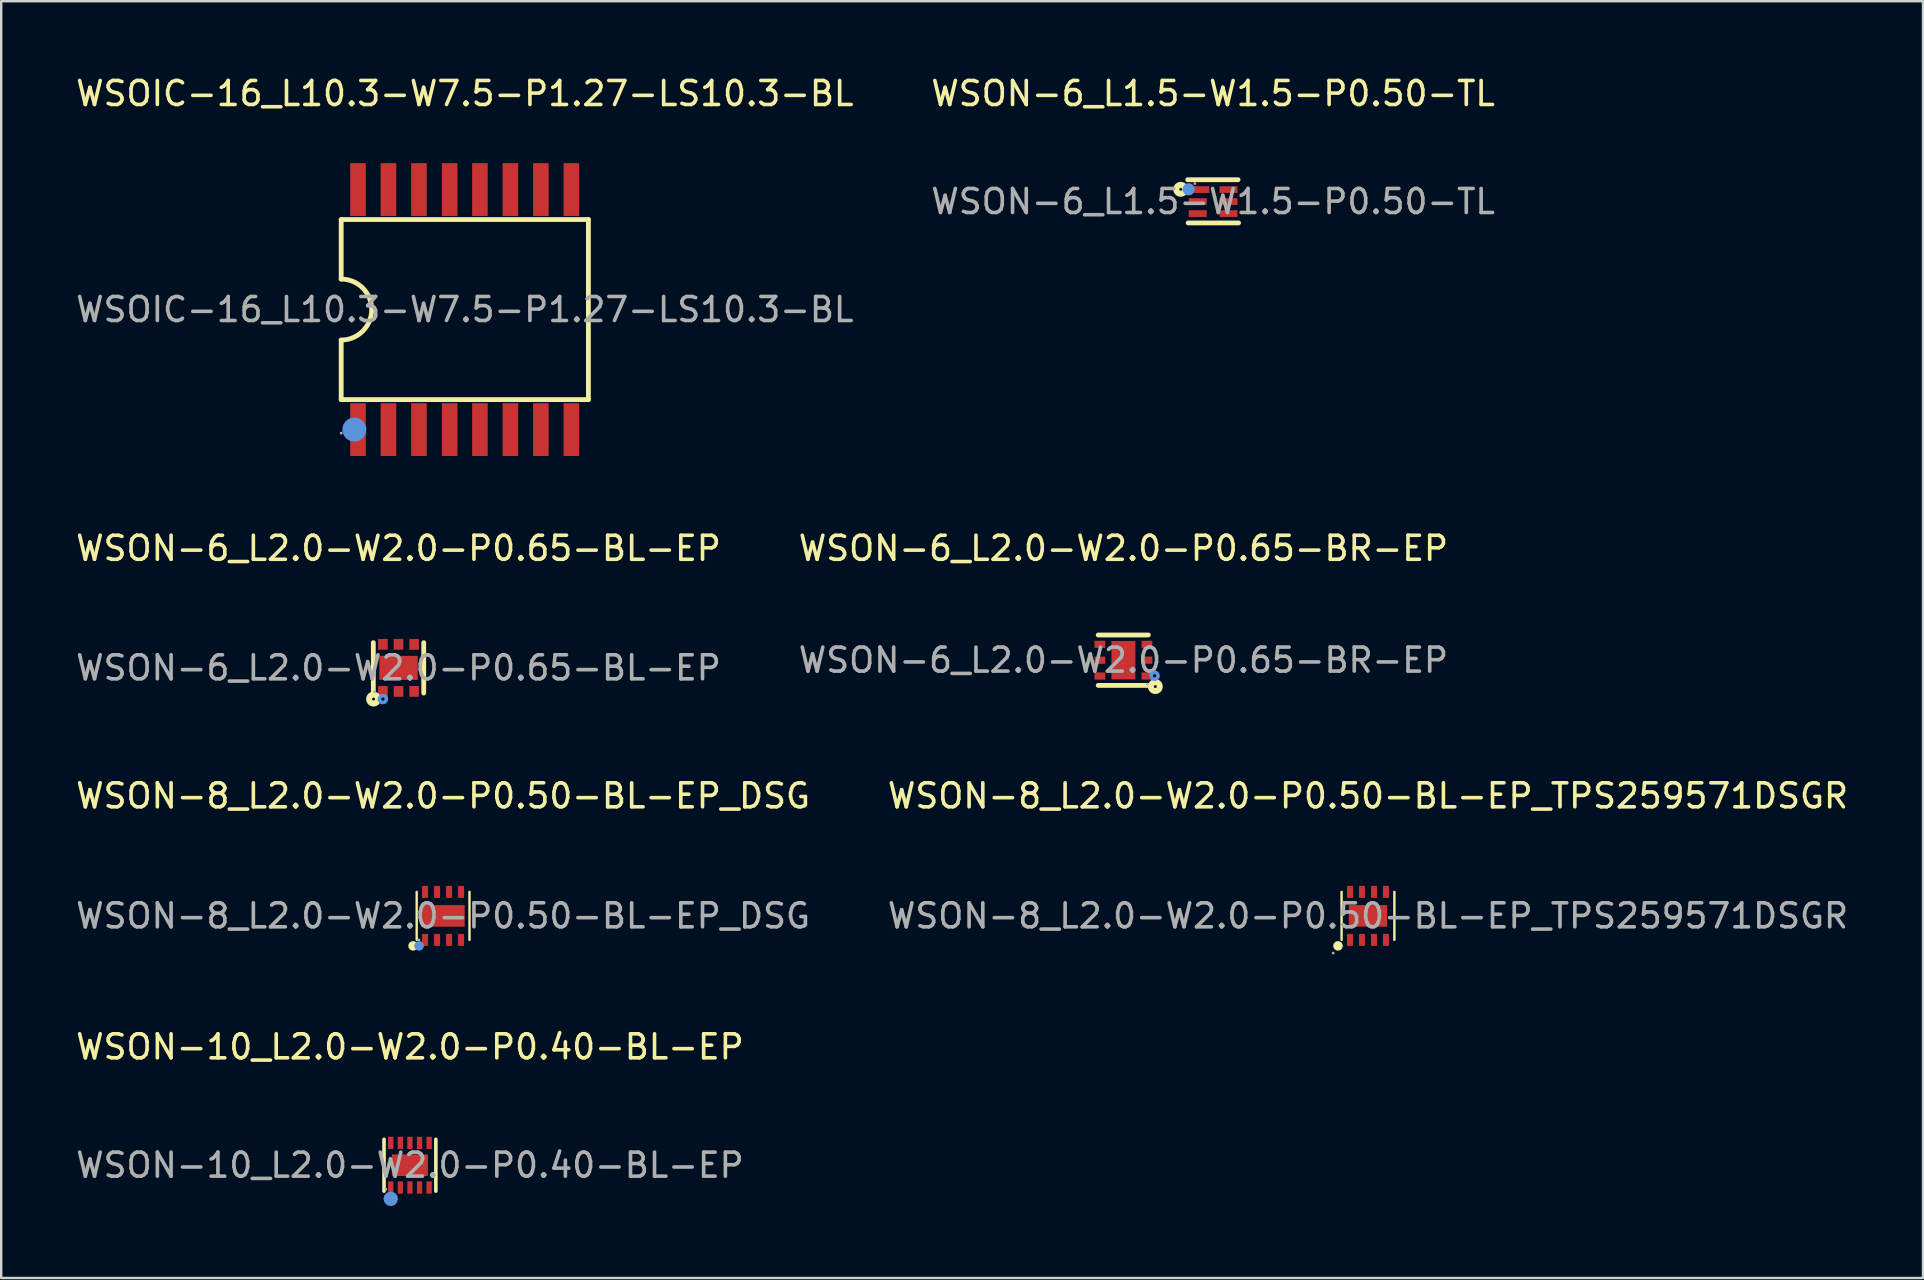
<source format=kicad_pcb>
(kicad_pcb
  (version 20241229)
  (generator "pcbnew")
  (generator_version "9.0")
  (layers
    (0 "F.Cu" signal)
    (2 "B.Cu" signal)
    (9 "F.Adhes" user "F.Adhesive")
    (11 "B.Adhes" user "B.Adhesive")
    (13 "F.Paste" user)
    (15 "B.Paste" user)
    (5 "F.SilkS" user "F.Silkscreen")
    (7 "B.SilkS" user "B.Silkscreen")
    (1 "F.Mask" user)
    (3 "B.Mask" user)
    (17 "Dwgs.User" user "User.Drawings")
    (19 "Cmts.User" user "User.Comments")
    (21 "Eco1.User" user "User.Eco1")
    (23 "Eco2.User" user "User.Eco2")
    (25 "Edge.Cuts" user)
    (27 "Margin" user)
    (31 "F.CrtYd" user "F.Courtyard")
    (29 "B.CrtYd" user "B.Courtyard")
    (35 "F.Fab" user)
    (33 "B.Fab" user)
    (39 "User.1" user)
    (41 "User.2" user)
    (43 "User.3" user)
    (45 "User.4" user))
  (footprint "WSON-6_L2.0-W2.0-P0.65-BR-EP"
    (layer "F.Cu")
    (at 43.756 24.456)
    (property "Reference" "WSON-6_L2.0-W2.0-P0.65-BR-EP" (at 0 -4.66 0) (layer "F.SilkS") (effects (font (size 1 1) (thickness 0.15))))
    (attr through_hole)
    (fp_line (start 1.04 -1.05) (end -1.05 -1.05) (stroke (width 0.2) (type solid)) (layer "F.SilkS"))
    (fp_line (start 1.04 1.05) (end -1.05 1.05) (stroke (width 0.2) (type solid)) (layer "F.SilkS"))
    (fp_circle (center 1.33 1.1) (end 1.39 1.1) (stroke (width 0.25) (type solid)) (fill no) (layer "F.SilkS"))
    (fp_circle (center 1.3 0.65) (end 1.37 0.65) (stroke (width 0.15) (type solid)) (fill no) (layer "Cmts.User"))
    (fp_circle (center 1 1) (end 1.03 1) (stroke (width 0.06) (type solid)) (fill no) (layer "F.Fab"))
    (fp_text user "${REFERENCE}" (at 0 0 0) (layer "F.Fab") (effects (font (size 1 1) (thickness 0.15))))
    (pad "1" smd rect (at 0.98 0.66) (size 0.45 0.3) (layers "F.Cu" "F.Mask" "F.Paste"))
    (pad "2" smd rect (at 0.98 0) (size 0.45 0.3) (layers "F.Cu" "F.Mask" "F.Paste"))
    (pad "3" smd rect (at 0.98 -0.66) (size 0.45 0.3) (layers "F.Cu" "F.Mask" "F.Paste"))
    (pad "4" smd rect (at -0.98 -0.66) (size 0.45 0.3) (layers "F.Cu" "F.Mask" "F.Paste"))
    (pad "5" smd rect (at -0.98 0) (size 0.45 0.3) (layers "F.Cu" "F.Mask" "F.Paste"))
    (pad "6" smd rect (at -0.98 0.66) (size 0.45 0.3) (layers "F.Cu" "F.Mask" "F.Paste"))
    (pad "7" smd rect (at 0 0) (size 1 1.6) (layers "F.Cu" "F.Mask" "F.Paste")))
  (footprint "WSON-6_L2.0-W2.0-P0.65-BL-EP"
    (layer "F.Cu")
    (at 13.554 24.776)
    (property "Reference" "WSON-6_L2.0-W2.0-P0.65-BL-EP" (at 0 -4.98 0) (layer "F.SilkS") (effects (font (size 1 1) (thickness 0.15))))
    (attr through_hole)
    (fp_line (start -1.05 1.05) (end -1.05 -1.05) (stroke (width 0.2) (type solid)) (layer "F.SilkS"))
    (fp_line (start 1.05 1.05) (end 1.05 -1.05) (stroke (width 0.2) (type solid)) (layer "F.SilkS"))
    (fp_circle (center -1.04 1.3) (end -0.98 1.3) (stroke (width 0.25) (type solid)) (fill no) (layer "F.SilkS"))
    (fp_circle (center -0.65 1.3) (end -0.58 1.3) (stroke (width 0.15) (type solid)) (fill no) (layer "Cmts.User"))
    (fp_circle (center -1 1) (end -0.97 1) (stroke (width 0.06) (type solid)) (fill no) (layer "F.Fab"))
    (fp_text user "${REFERENCE}" (at 0 0 0) (layer "F.Fab") (effects (font (size 1 1) (thickness 0.15))))
    (pad "1" smd rect (at -0.65 0.98) (size 0.4 0.45) (layers "F.Cu" "F.Mask" "F.Paste"))
    (pad "2" smd rect (at 0 0.98) (size 0.4 0.45) (layers "F.Cu" "F.Mask" "F.Paste"))
    (pad "3" smd rect (at 0.65 0.98) (size 0.4 0.45) (layers "F.Cu" "F.Mask" "F.Paste"))
    (pad "4" smd rect (at 0.65 -0.98) (size 0.4 0.45) (layers "F.Cu" "F.Mask" "F.Paste"))
    (pad "5" smd rect (at 0 -0.98) (size 0.4 0.45) (layers "F.Cu" "F.Mask" "F.Paste"))
    (pad "6" smd rect (at -0.65 -0.98) (size 0.4 0.45) (layers "F.Cu" "F.Mask" "F.Paste"))
    (pad "7" smd rect (at 0 0 90) (size 1 1.6) (layers "F.Cu" "F.Mask" "F.Paste")))
  (footprint "WSON-8_L2.0-W2.0-P0.50-BL-EP_DSG"
    (layer "F.Cu")
    (at 15.411 35.11)
    (property "Reference" "WSON-8_L2.0-W2.0-P0.50-BL-EP_DSG" (at 0 -5 0) (layer "F.SilkS") (effects (font (size 1 1) (thickness 0.15))))
    (attr through_hole)
    (fp_line (start -1.1 1) (end -1.1 -1) (stroke (width 0.1) (type solid)) (layer "F.SilkS"))
    (fp_line (start 1.1 -1) (end 1.1 1) (stroke (width 0.1) (type solid)) (layer "F.SilkS"))
    (fp_arc (start -1.25 1.25) (mid -1.25 1.25) (end -1.25 1.25) (stroke (width 0.2) (type solid)) (layer "F.SilkS"))
    (fp_circle (center -1 1.25) (end -0.9 1.25) (stroke (width 0.2) (type solid)) (fill no) (layer "Cmts.User"))
    (fp_circle (center -1 1) (end -0.97 1) (stroke (width 0.06) (type solid)) (fill no) (layer "F.Fab"))
    (fp_text user "${REFERENCE}" (at 0 0 0) (layer "F.Fab") (effects (font (size 1 1) (thickness 0.15))))
    (pad "1" smd rect (at -0.75 1) (size 0.25 0.5) (layers "F.Cu" "F.Mask" "F.Paste"))
    (pad "2" smd rect (at -0.25 1) (size 0.25 0.5) (layers "F.Cu" "F.Mask" "F.Paste"))
    (pad "3" smd rect (at 0.25 1) (size 0.25 0.5) (layers "F.Cu" "F.Mask" "F.Paste"))
    (pad "4" smd rect (at 0.75 1) (size 0.25 0.5) (layers "F.Cu" "F.Mask" "F.Paste"))
    (pad "5" smd rect (at 0.75 -1 180) (size 0.25 0.5) (layers "F.Cu" "F.Mask" "F.Paste"))
    (pad "6" smd rect (at 0.25 -1 180) (size 0.25 0.5) (layers "F.Cu" "F.Mask" "F.Paste"))
    (pad "7" smd rect (at -0.25 -1 180) (size 0.25 0.5) (layers "F.Cu" "F.Mask" "F.Paste"))
    (pad "8" smd rect (at -0.75 -1 180) (size 0.25 0.5) (layers "F.Cu" "F.Mask" "F.Paste"))
    (pad "9" smd rect (at 0 0 270) (size 0.9 1.8) (layers "F.Cu" "F.Mask" "F.Paste")))
  (footprint "WSOIC-16_L10.3-W7.5-P1.27-LS10.3-BL"
    (layer "F.Cu")
    (at 16.315 9.848)
    (property "Reference" "WSOIC-16_L10.3-W7.5-P1.27-LS10.3-BL" (at 0 -9 0) (layer "F.SilkS") (effects (font (size 1 1) (thickness 0.15))))
    (attr through_hole)
    (fp_line (start -5.15 -3.75) (end -5.15 -1.27) (stroke (width 0.2) (type solid)) (layer "F.SilkS"))
    (fp_line (start -5.15 -3.75) (end 5.15 -3.75) (stroke (width 0.2) (type solid)) (layer "F.SilkS"))
    (fp_line (start -5.15 3.75) (end -5.15 1.27) (stroke (width 0.2) (type solid)) (layer "F.SilkS"))
    (fp_line (start 5.15 -3.75) (end 5.15 3.75) (stroke (width 0.2) (type solid)) (layer "F.SilkS"))
    (fp_line (start 5.15 3.75) (end -5.15 3.75) (stroke (width 0.2) (type solid)) (layer "F.SilkS"))
    (fp_arc (start -5.15 -1.27) (mid -3.88 0) (end -5.15 1.27) (stroke (width 0.2) (type solid)) (layer "F.SilkS"))
    (fp_circle (center -4.6 5) (end -4.35 5) (stroke (width 0.5) (type solid)) (fill no) (layer "Cmts.User"))
    (fp_circle (center -5.15 5.15) (end -5.12 5.15) (stroke (width 0.06) (type solid)) (fill no) (layer "F.Fab"))
    (fp_text user "${REFERENCE}" (at 0 0 0) (layer "F.Fab") (effects (font (size 1 1) (thickness 0.15))))
    (pad "1" smd rect (at -4.45 5) (size 0.65 2.2) (layers "F.Cu" "F.Mask" "F.Paste"))
    (pad "2" smd rect (at -3.18 5) (size 0.65 2.2) (layers "F.Cu" "F.Mask" "F.Paste"))
    (pad "3" smd rect (at -1.91 5) (size 0.65 2.2) (layers "F.Cu" "F.Mask" "F.Paste"))
    (pad "4" smd rect (at -0.63 5) (size 0.65 2.2) (layers "F.Cu" "F.Mask" "F.Paste"))
    (pad "5" smd rect (at 0.63 5) (size 0.65 2.2) (layers "F.Cu" "F.Mask" "F.Paste"))
    (pad "6" smd rect (at 1.9 5) (size 0.65 2.2) (layers "F.Cu" "F.Mask" "F.Paste"))
    (pad "7" smd rect (at 3.17 5) (size 0.65 2.2) (layers "F.Cu" "F.Mask" "F.Paste"))
    (pad "8" smd rect (at 4.44 5) (size 0.65 2.2) (layers "F.Cu" "F.Mask" "F.Paste"))
    (pad "9" smd rect (at 4.44 -5) (size 0.65 2.2) (layers "F.Cu" "F.Mask" "F.Paste"))
    (pad "10" smd rect (at 3.17 -5) (size 0.65 2.2) (layers "F.Cu" "F.Mask" "F.Paste"))
    (pad "11" smd rect (at 1.9 -5) (size 0.65 2.2) (layers "F.Cu" "F.Mask" "F.Paste"))
    (pad "12" smd rect (at 0.63 -5) (size 0.65 2.2) (layers "F.Cu" "F.Mask" "F.Paste"))
    (pad "13" smd rect (at -0.63 -5) (size 0.65 2.2) (layers "F.Cu" "F.Mask" "F.Paste"))
    (pad "14" smd rect (at -1.91 -5) (size 0.65 2.2) (layers "F.Cu" "F.Mask" "F.Paste"))
    (pad "15" smd rect (at -3.18 -5) (size 0.65 2.2) (layers "F.Cu" "F.Mask" "F.Paste"))
    (pad "16" smd rect (at -4.45 -5) (size 0.65 2.2) (layers "F.Cu" "F.Mask" "F.Paste")))
  (footprint "WSON-8_L2.0-W2.0-P0.50-BL-EP_TPS259571DSGR"
    (layer "F.Cu")
    (at 53.946 35.11)
    (property "Reference" "WSON-8_L2.0-W2.0-P0.50-BL-EP_TPS259571DSGR" (at 0 -5 0) (layer "F.SilkS") (effects (font (size 1 1) (thickness 0.15))))
    (attr through_hole)
    (fp_line (start -1.1 1) (end -1.1 -1) (stroke (width 0.1) (type solid)) (layer "F.SilkS"))
    (fp_line (start 1.1 -1) (end 1.1 1) (stroke (width 0.1) (type solid)) (layer "F.SilkS"))
    (fp_arc (start -1.25 1.25) (mid -1.25 1.25) (end -1.25 1.25) (stroke (width 0.2) (type solid)) (layer "F.SilkS"))
    (fp_circle (center -1.45 1.55) (end -1.42 1.55) (stroke (width 0.06) (type solid)) (fill no) (layer "F.Fab"))
    (fp_text user "${REFERENCE}" (at 0 0 0) (layer "F.Fab") (effects (font (size 1 1) (thickness 0.15))))
    (pad "1" smd rect (at -0.75 1) (size 0.25 0.5) (layers "F.Cu" "F.Mask" "F.Paste"))
    (pad "2" smd rect (at -0.25 1) (size 0.25 0.5) (layers "F.Cu" "F.Mask" "F.Paste"))
    (pad "3" smd rect (at 0.25 1) (size 0.25 0.5) (layers "F.Cu" "F.Mask" "F.Paste"))
    (pad "4" smd rect (at 0.75 1) (size 0.25 0.5) (layers "F.Cu" "F.Mask" "F.Paste"))
    (pad "5" smd rect (at 0.75 -1 180) (size 0.25 0.5) (layers "F.Cu" "F.Mask" "F.Paste"))
    (pad "6" smd rect (at 0.25 -1 180) (size 0.25 0.5) (layers "F.Cu" "F.Mask" "F.Paste"))
    (pad "7" smd rect (at -0.25 -1 180) (size 0.25 0.5) (layers "F.Cu" "F.Mask" "F.Paste"))
    (pad "8" smd rect (at -0.75 -1 180) (size 0.25 0.5) (layers "F.Cu" "F.Mask" "F.Paste"))
    (pad "9" smd rect (at 0 0 270) (size 0.9 1.6) (layers "F.Cu" "F.Mask" "F.Paste")))
  (footprint "WSON-10_L2.0-W2.0-P0.40-BL-EP"
    (layer "F.Cu")
    (at 14.03 45.498)
    (property "Reference" "WSON-10_L2.0-W2.0-P0.40-BL-EP" (at 0 -4.93 0) (layer "F.SilkS") (effects (font (size 1 1) (thickness 0.15))))
    (attr through_hole)
    (fp_line (start -1.08 1.08) (end -1.08 -1.08) (stroke (width 0.15) (type solid)) (layer "F.SilkS"))
    (fp_line (start 1.08 -1.08) (end 1.08 1.08) (stroke (width 0.15) (type solid)) (layer "F.SilkS"))
    (fp_circle (center -0.8 1.48) (end -0.7 1.48) (stroke (width 0.2) (type solid)) (fill no) (layer "F.SilkS"))
    (fp_circle (center -0.8 1.4) (end -0.65 1.4) (stroke (width 0.3) (type solid)) (fill no) (layer "Cmts.User"))
    (fp_circle (center -1 1) (end -0.97 1) (stroke (width 0.06) (type solid)) (fill no) (layer "F.Fab"))
    (fp_text user "${REFERENCE}" (at 0 0 0) (layer "F.Fab") (effects (font (size 1 1) (thickness 0.15))))
    (pad "1" smd rect (at -0.8 0.93) (size 0.22 0.51) (layers "F.Cu" "F.Mask" "F.Paste"))
    (pad "2" smd rect (at -0.4 0.93) (size 0.22 0.51) (layers "F.Cu" "F.Mask" "F.Paste"))
    (pad "3" smd rect (at 0 0.93) (size 0.22 0.51) (layers "F.Cu" "F.Mask" "F.Paste"))
    (pad "4" smd rect (at 0.4 0.93) (size 0.22 0.51) (layers "F.Cu" "F.Mask" "F.Paste"))
    (pad "5" smd rect (at 0.8 0.93) (size 0.22 0.51) (layers "F.Cu" "F.Mask" "F.Paste"))
    (pad "6" smd rect (at 0.8 -0.93) (size 0.22 0.51) (layers "F.Cu" "F.Mask" "F.Paste"))
    (pad "7" smd rect (at 0.4 -0.93) (size 0.22 0.51) (layers "F.Cu" "F.Mask" "F.Paste"))
    (pad "8" smd rect (at 0 -0.93) (size 0.22 0.51) (layers "F.Cu" "F.Mask" "F.Paste"))
    (pad "9" smd rect (at -0.4 -0.93) (size 0.22 0.51) (layers "F.Cu" "F.Mask" "F.Paste"))
    (pad "10" smd rect (at -0.8 -0.93) (size 0.22 0.51) (layers "F.Cu" "F.Mask" "F.Paste"))
    (pad "11" smd rect (at 0 0) (size 1.5 0.9) (layers "F.Cu" "F.Mask" "F.Paste")))
  (footprint "WSON-6_L1.5-W1.5-P0.50-TL"
    (layer "F.Cu")
    (at 47.494 5.348)
    (property "Reference" "WSON-6_L1.5-W1.5-P0.50-TL" (at 0 -4.5 0) (layer "F.SilkS") (effects (font (size 1 1) (thickness 0.15))))
    (attr through_hole)
    (fp_line (start -1.06 -0.91) (end 1.04 -0.91) (stroke (width 0.2) (type solid)) (layer "F.SilkS"))
    (fp_line (start -1.04 0.89) (end 1.06 0.89) (stroke (width 0.2) (type solid)) (layer "F.SilkS"))
    (fp_circle (center -1.35 -0.51) (end -1.29 -0.51) (stroke (width 0.25) (type solid)) (fill no) (layer "F.SilkS"))
    (fp_circle (center -1.02 -0.51) (end -0.89 -0.51) (stroke (width 0.25) (type solid)) (fill no) (layer "Cmts.User"))
    (fp_circle (center -0.76 -0.75) (end -0.73 -0.75) (stroke (width 0.06) (type solid)) (fill no) (layer "F.Fab"))
    (fp_text user "${REFERENCE}" (at 0 0 0) (layer "F.Fab") (effects (font (size 1 1) (thickness 0.15))))
    (pad "1" smd rect (at -0.58 -0.5) (size 0.84 0.28) (layers "F.Cu" "F.Mask" "F.Paste"))
    (pad "2" smd rect (at -0.64 0) (size 0.75 0.28) (layers "F.Cu" "F.Mask" "F.Paste"))
    (pad "3" smd rect (at -0.64 0.5) (size 0.75 0.28) (layers "F.Cu" "F.Mask" "F.Paste"))
    (pad "4" smd rect (at 0.64 0.5) (size 0.75 0.28) (layers "F.Cu" "F.Mask" "F.Paste"))
    (pad "5" smd rect (at 0.64 0) (size 0.75 0.28) (layers "F.Cu" "F.Mask" "F.Paste"))
    (pad "6" smd rect (at 0.64 -0.5) (size 0.75 0.28) (layers "F.Cu" "F.Mask" "F.Paste")))
  (gr_rect
    (start -3 -3)
    (end 77.071 50.198)
    (stroke (width 0.1) (type default))
    (fill no)
    (layer "Edge.Cuts")))
</source>
